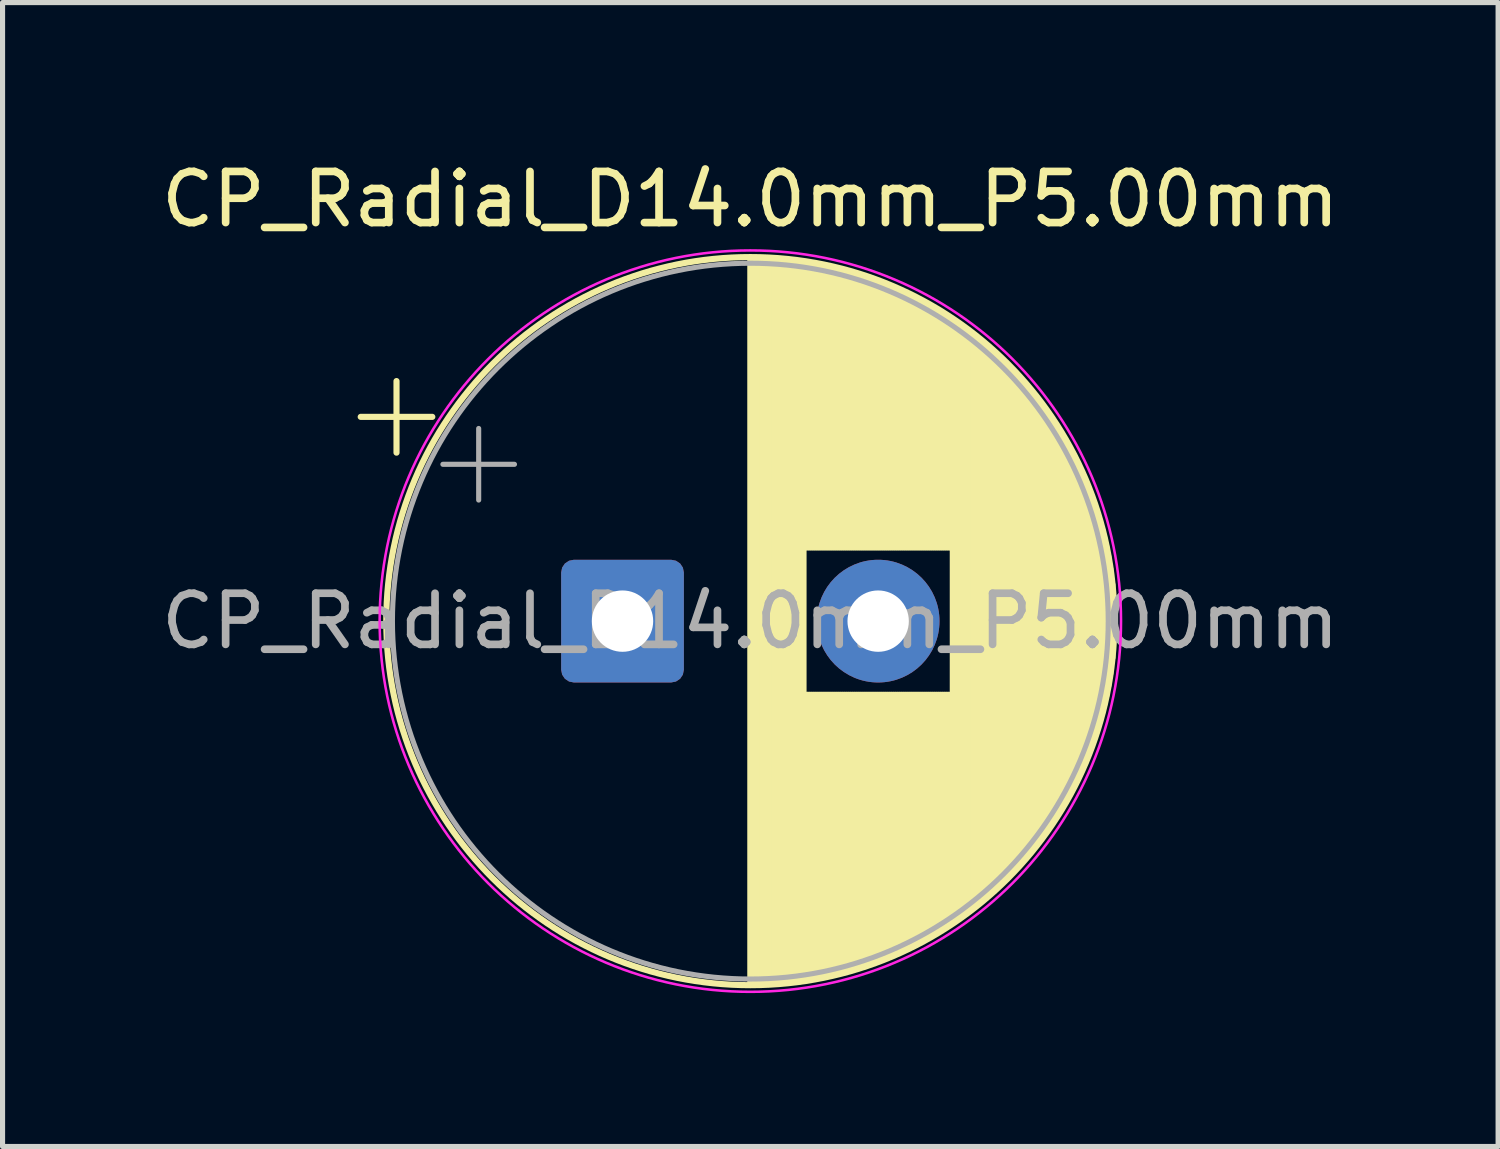
<source format=kicad_pcb>
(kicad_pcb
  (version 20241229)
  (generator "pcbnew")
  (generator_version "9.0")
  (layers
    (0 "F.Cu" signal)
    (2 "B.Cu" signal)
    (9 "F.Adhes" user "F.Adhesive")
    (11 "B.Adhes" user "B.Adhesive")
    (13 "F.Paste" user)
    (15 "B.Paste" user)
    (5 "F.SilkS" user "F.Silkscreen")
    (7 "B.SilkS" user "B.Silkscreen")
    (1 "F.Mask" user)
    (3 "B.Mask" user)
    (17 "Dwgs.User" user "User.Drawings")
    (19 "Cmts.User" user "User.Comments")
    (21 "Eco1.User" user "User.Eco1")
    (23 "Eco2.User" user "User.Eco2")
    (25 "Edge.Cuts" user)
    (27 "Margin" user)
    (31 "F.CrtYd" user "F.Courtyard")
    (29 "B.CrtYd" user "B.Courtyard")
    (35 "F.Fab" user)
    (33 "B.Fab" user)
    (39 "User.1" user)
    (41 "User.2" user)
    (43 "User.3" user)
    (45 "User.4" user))
  (footprint "CP_Radial_D14.0mm_P5.00mm"
    (layer "F.Cu")
    (at 9.125 9.098)
    (property "Reference" "CP_Radial_D14.0mm_P5.00mm" (at 2.5 -8.25 0) (layer "F.SilkS") (effects (font (size 1 1) (thickness 0.15))))
    (attr through_hole)
    (fp_line (start -5.12 -3.995) (end -3.72 -3.995) (stroke (width 0.12) (type solid)) (layer "F.SilkS"))
    (fp_line (start -4.42 -4.695) (end -4.42 -3.295) (stroke (width 0.12) (type solid)) (layer "F.SilkS"))
    (fp_line (start 2.5 -7.08) (end 2.5 7.08) (stroke (width 0.12) (type solid)) (layer "F.SilkS"))
    (fp_line (start 2.54 -7.08) (end 2.54 7.08) (stroke (width 0.12) (type solid)) (layer "F.SilkS"))
    (fp_line (start 2.58 -7.08) (end 2.58 7.08) (stroke (width 0.12) (type solid)) (layer "F.SilkS"))
    (fp_line (start 2.62 -7.079) (end 2.62 7.079) (stroke (width 0.12) (type solid)) (layer "F.SilkS"))
    (fp_line (start 2.66 -7.078) (end 2.66 7.078) (stroke (width 0.12) (type solid)) (layer "F.SilkS"))
    (fp_line (start 2.7 -7.077) (end 2.7 7.077) (stroke (width 0.12) (type solid)) (layer "F.SilkS"))
    (fp_line (start 2.74 -7.076) (end 2.74 7.076) (stroke (width 0.12) (type solid)) (layer "F.SilkS"))
    (fp_line (start 2.78 -7.074) (end 2.78 7.074) (stroke (width 0.12) (type solid)) (layer "F.SilkS"))
    (fp_line (start 2.82 -7.073) (end 2.82 7.073) (stroke (width 0.12) (type solid)) (layer "F.SilkS"))
    (fp_line (start 2.86 -7.071) (end 2.86 7.071) (stroke (width 0.12) (type solid)) (layer "F.SilkS"))
    (fp_line (start 2.9 -7.069) (end 2.9 7.069) (stroke (width 0.12) (type solid)) (layer "F.SilkS"))
    (fp_line (start 2.94 -7.066) (end 2.94 7.066) (stroke (width 0.12) (type solid)) (layer "F.SilkS"))
    (fp_line (start 2.98 -7.064) (end 2.98 7.064) (stroke (width 0.12) (type solid)) (layer "F.SilkS"))
    (fp_line (start 3.02 -7.061) (end 3.02 7.061) (stroke (width 0.12) (type solid)) (layer "F.SilkS"))
    (fp_line (start 3.06 -7.058) (end 3.06 7.058) (stroke (width 0.12) (type solid)) (layer "F.SilkS"))
    (fp_line (start 3.1 -7.055) (end 3.1 7.055) (stroke (width 0.12) (type solid)) (layer "F.SilkS"))
    (fp_line (start 3.14 -7.051) (end 3.14 7.051) (stroke (width 0.12) (type solid)) (layer "F.SilkS"))
    (fp_line (start 3.18 -7.047) (end 3.18 7.047) (stroke (width 0.12) (type solid)) (layer "F.SilkS"))
    (fp_line (start 3.22 -7.044) (end 3.22 7.044) (stroke (width 0.12) (type solid)) (layer "F.SilkS"))
    (fp_line (start 3.26 -7.039) (end 3.26 7.039) (stroke (width 0.12) (type solid)) (layer "F.SilkS"))
    (fp_line (start 3.3 -7.035) (end 3.3 7.035) (stroke (width 0.12) (type solid)) (layer "F.SilkS"))
    (fp_line (start 3.34 -7.03) (end 3.34 7.03) (stroke (width 0.12) (type solid)) (layer "F.SilkS"))
    (fp_line (start 3.38 -7.025) (end 3.38 7.025) (stroke (width 0.12) (type solid)) (layer "F.SilkS"))
    (fp_line (start 3.42 -7.02) (end 3.42 7.02) (stroke (width 0.12) (type solid)) (layer "F.SilkS"))
    (fp_line (start 3.46 -7.015) (end 3.46 7.015) (stroke (width 0.12) (type solid)) (layer "F.SilkS"))
    (fp_line (start 3.5 -7.009) (end 3.5 7.009) (stroke (width 0.12) (type solid)) (layer "F.SilkS"))
    (fp_line (start 3.54 -7.004) (end 3.54 7.004) (stroke (width 0.12) (type solid)) (layer "F.SilkS"))
    (fp_line (start 3.58 -6.998) (end 3.58 -1.44) (stroke (width 0.12) (type solid)) (layer "F.SilkS"))
    (fp_line (start 3.58 1.44) (end 3.58 6.998) (stroke (width 0.12) (type solid)) (layer "F.SilkS"))
    (fp_line (start 3.62 -6.991) (end 3.62 -1.44) (stroke (width 0.12) (type solid)) (layer "F.SilkS"))
    (fp_line (start 3.62 1.44) (end 3.62 6.991) (stroke (width 0.12) (type solid)) (layer "F.SilkS"))
    (fp_line (start 3.66 -6.985) (end 3.66 -1.44) (stroke (width 0.12) (type solid)) (layer "F.SilkS"))
    (fp_line (start 3.66 1.44) (end 3.66 6.985) (stroke (width 0.12) (type solid)) (layer "F.SilkS"))
    (fp_line (start 3.7 -6.978) (end 3.7 -1.44) (stroke (width 0.12) (type solid)) (layer "F.SilkS"))
    (fp_line (start 3.7 1.44) (end 3.7 6.978) (stroke (width 0.12) (type solid)) (layer "F.SilkS"))
    (fp_line (start 3.74 -6.971) (end 3.74 -1.44) (stroke (width 0.12) (type solid)) (layer "F.SilkS"))
    (fp_line (start 3.74 1.44) (end 3.74 6.971) (stroke (width 0.12) (type solid)) (layer "F.SilkS"))
    (fp_line (start 3.78 -6.964) (end 3.78 -1.44) (stroke (width 0.12) (type solid)) (layer "F.SilkS"))
    (fp_line (start 3.78 1.44) (end 3.78 6.964) (stroke (width 0.12) (type solid)) (layer "F.SilkS"))
    (fp_line (start 3.82 -6.957) (end 3.82 -1.44) (stroke (width 0.12) (type solid)) (layer "F.SilkS"))
    (fp_line (start 3.82 1.44) (end 3.82 6.957) (stroke (width 0.12) (type solid)) (layer "F.SilkS"))
    (fp_line (start 3.86 -6.949) (end 3.86 -1.44) (stroke (width 0.12) (type solid)) (layer "F.SilkS"))
    (fp_line (start 3.86 1.44) (end 3.86 6.949) (stroke (width 0.12) (type solid)) (layer "F.SilkS"))
    (fp_line (start 3.9 -6.941) (end 3.9 -1.44) (stroke (width 0.12) (type solid)) (layer "F.SilkS"))
    (fp_line (start 3.9 1.44) (end 3.9 6.941) (stroke (width 0.12) (type solid)) (layer "F.SilkS"))
    (fp_line (start 3.94 -6.933) (end 3.94 -1.44) (stroke (width 0.12) (type solid)) (layer "F.SilkS"))
    (fp_line (start 3.94 1.44) (end 3.94 6.933) (stroke (width 0.12) (type solid)) (layer "F.SilkS"))
    (fp_line (start 3.98 -6.924) (end 3.98 -1.44) (stroke (width 0.12) (type solid)) (layer "F.SilkS"))
    (fp_line (start 3.98 1.44) (end 3.98 6.924) (stroke (width 0.12) (type solid)) (layer "F.SilkS"))
    (fp_line (start 4.02 -6.916) (end 4.02 -1.44) (stroke (width 0.12) (type solid)) (layer "F.SilkS"))
    (fp_line (start 4.02 1.44) (end 4.02 6.916) (stroke (width 0.12) (type solid)) (layer "F.SilkS"))
    (fp_line (start 4.06 -6.907) (end 4.06 -1.44) (stroke (width 0.12) (type solid)) (layer "F.SilkS"))
    (fp_line (start 4.06 1.44) (end 4.06 6.907) (stroke (width 0.12) (type solid)) (layer "F.SilkS"))
    (fp_line (start 4.1 -6.898) (end 4.1 -1.44) (stroke (width 0.12) (type solid)) (layer "F.SilkS"))
    (fp_line (start 4.1 1.44) (end 4.1 6.898) (stroke (width 0.12) (type solid)) (layer "F.SilkS"))
    (fp_line (start 4.14 -6.889) (end 4.14 -1.44) (stroke (width 0.12) (type solid)) (layer "F.SilkS"))
    (fp_line (start 4.14 1.44) (end 4.14 6.889) (stroke (width 0.12) (type solid)) (layer "F.SilkS"))
    (fp_line (start 4.18 -6.879) (end 4.18 -1.44) (stroke (width 0.12) (type solid)) (layer "F.SilkS"))
    (fp_line (start 4.18 1.44) (end 4.18 6.879) (stroke (width 0.12) (type solid)) (layer "F.SilkS"))
    (fp_line (start 4.22 -6.869) (end 4.22 -1.44) (stroke (width 0.12) (type solid)) (layer "F.SilkS"))
    (fp_line (start 4.22 1.44) (end 4.22 6.869) (stroke (width 0.12) (type solid)) (layer "F.SilkS"))
    (fp_line (start 4.26 -6.859) (end 4.26 -1.44) (stroke (width 0.12) (type solid)) (layer "F.SilkS"))
    (fp_line (start 4.26 1.44) (end 4.26 6.859) (stroke (width 0.12) (type solid)) (layer "F.SilkS"))
    (fp_line (start 4.3 -6.849) (end 4.3 -1.44) (stroke (width 0.12) (type solid)) (layer "F.SilkS"))
    (fp_line (start 4.3 1.44) (end 4.3 6.849) (stroke (width 0.12) (type solid)) (layer "F.SilkS"))
    (fp_line (start 4.34 -6.838) (end 4.34 -1.44) (stroke (width 0.12) (type solid)) (layer "F.SilkS"))
    (fp_line (start 4.34 1.44) (end 4.34 6.838) (stroke (width 0.12) (type solid)) (layer "F.SilkS"))
    (fp_line (start 4.38 -6.827) (end 4.38 -1.44) (stroke (width 0.12) (type solid)) (layer "F.SilkS"))
    (fp_line (start 4.38 1.44) (end 4.38 6.827) (stroke (width 0.12) (type solid)) (layer "F.SilkS"))
    (fp_line (start 4.42 -6.816) (end 4.42 -1.44) (stroke (width 0.12) (type solid)) (layer "F.SilkS"))
    (fp_line (start 4.42 1.44) (end 4.42 6.816) (stroke (width 0.12) (type solid)) (layer "F.SilkS"))
    (fp_line (start 4.46 -6.805) (end 4.46 -1.44) (stroke (width 0.12) (type solid)) (layer "F.SilkS"))
    (fp_line (start 4.46 1.44) (end 4.46 6.805) (stroke (width 0.12) (type solid)) (layer "F.SilkS"))
    (fp_line (start 4.5 -6.793) (end 4.5 -1.44) (stroke (width 0.12) (type solid)) (layer "F.SilkS"))
    (fp_line (start 4.5 1.44) (end 4.5 6.793) (stroke (width 0.12) (type solid)) (layer "F.SilkS"))
    (fp_line (start 4.54 -6.781) (end 4.54 -1.44) (stroke (width 0.12) (type solid)) (layer "F.SilkS"))
    (fp_line (start 4.54 1.44) (end 4.54 6.781) (stroke (width 0.12) (type solid)) (layer "F.SilkS"))
    (fp_line (start 4.58 -6.769) (end 4.58 -1.44) (stroke (width 0.12) (type solid)) (layer "F.SilkS"))
    (fp_line (start 4.58 1.44) (end 4.58 6.769) (stroke (width 0.12) (type solid)) (layer "F.SilkS"))
    (fp_line (start 4.62 -6.757) (end 4.62 -1.44) (stroke (width 0.12) (type solid)) (layer "F.SilkS"))
    (fp_line (start 4.62 1.44) (end 4.62 6.757) (stroke (width 0.12) (type solid)) (layer "F.SilkS"))
    (fp_line (start 4.66 -6.744) (end 4.66 -1.44) (stroke (width 0.12) (type solid)) (layer "F.SilkS"))
    (fp_line (start 4.66 1.44) (end 4.66 6.744) (stroke (width 0.12) (type solid)) (layer "F.SilkS"))
    (fp_line (start 4.7 -6.732) (end 4.7 -1.44) (stroke (width 0.12) (type solid)) (layer "F.SilkS"))
    (fp_line (start 4.7 1.44) (end 4.7 6.732) (stroke (width 0.12) (type solid)) (layer "F.SilkS"))
    (fp_line (start 4.74 -6.718) (end 4.74 -1.44) (stroke (width 0.12) (type solid)) (layer "F.SilkS"))
    (fp_line (start 4.74 1.44) (end 4.74 6.718) (stroke (width 0.12) (type solid)) (layer "F.SilkS"))
    (fp_line (start 4.78 -6.705) (end 4.78 -1.44) (stroke (width 0.12) (type solid)) (layer "F.SilkS"))
    (fp_line (start 4.78 1.44) (end 4.78 6.705) (stroke (width 0.12) (type solid)) (layer "F.SilkS"))
    (fp_line (start 4.82 -6.691) (end 4.82 -1.44) (stroke (width 0.12) (type solid)) (layer "F.SilkS"))
    (fp_line (start 4.82 1.44) (end 4.82 6.691) (stroke (width 0.12) (type solid)) (layer "F.SilkS"))
    (fp_line (start 4.86 -6.677) (end 4.86 -1.44) (stroke (width 0.12) (type solid)) (layer "F.SilkS"))
    (fp_line (start 4.86 1.44) (end 4.86 6.677) (stroke (width 0.12) (type solid)) (layer "F.SilkS"))
    (fp_line (start 4.9 -6.663) (end 4.9 -1.44) (stroke (width 0.12) (type solid)) (layer "F.SilkS"))
    (fp_line (start 4.9 1.44) (end 4.9 6.663) (stroke (width 0.12) (type solid)) (layer "F.SilkS"))
    (fp_line (start 4.94 -6.649) (end 4.94 -1.44) (stroke (width 0.12) (type solid)) (layer "F.SilkS"))
    (fp_line (start 4.94 1.44) (end 4.94 6.649) (stroke (width 0.12) (type solid)) (layer "F.SilkS"))
    (fp_line (start 4.98 -6.634) (end 4.98 -1.44) (stroke (width 0.12) (type solid)) (layer "F.SilkS"))
    (fp_line (start 4.98 1.44) (end 4.98 6.634) (stroke (width 0.12) (type solid)) (layer "F.SilkS"))
    (fp_line (start 5.02 -6.619) (end 5.02 -1.44) (stroke (width 0.12) (type solid)) (layer "F.SilkS"))
    (fp_line (start 5.02 1.44) (end 5.02 6.619) (stroke (width 0.12) (type solid)) (layer "F.SilkS"))
    (fp_line (start 5.06 -6.604) (end 5.06 -1.44) (stroke (width 0.12) (type solid)) (layer "F.SilkS"))
    (fp_line (start 5.06 1.44) (end 5.06 6.604) (stroke (width 0.12) (type solid)) (layer "F.SilkS"))
    (fp_line (start 5.1 -6.588) (end 5.1 -1.44) (stroke (width 0.12) (type solid)) (layer "F.SilkS"))
    (fp_line (start 5.1 1.44) (end 5.1 6.588) (stroke (width 0.12) (type solid)) (layer "F.SilkS"))
    (fp_line (start 5.14 -6.572) (end 5.14 -1.44) (stroke (width 0.12) (type solid)) (layer "F.SilkS"))
    (fp_line (start 5.14 1.44) (end 5.14 6.572) (stroke (width 0.12) (type solid)) (layer "F.SilkS"))
    (fp_line (start 5.18 -6.556) (end 5.18 -1.44) (stroke (width 0.12) (type solid)) (layer "F.SilkS"))
    (fp_line (start 5.18 1.44) (end 5.18 6.556) (stroke (width 0.12) (type solid)) (layer "F.SilkS"))
    (fp_line (start 5.22 -6.54) (end 5.22 -1.44) (stroke (width 0.12) (type solid)) (layer "F.SilkS"))
    (fp_line (start 5.22 1.44) (end 5.22 6.54) (stroke (width 0.12) (type solid)) (layer "F.SilkS"))
    (fp_line (start 5.26 -6.523) (end 5.26 -1.44) (stroke (width 0.12) (type solid)) (layer "F.SilkS"))
    (fp_line (start 5.26 1.44) (end 5.26 6.523) (stroke (width 0.12) (type solid)) (layer "F.SilkS"))
    (fp_line (start 5.3 -6.506) (end 5.3 -1.44) (stroke (width 0.12) (type solid)) (layer "F.SilkS"))
    (fp_line (start 5.3 1.44) (end 5.3 6.506) (stroke (width 0.12) (type solid)) (layer "F.SilkS"))
    (fp_line (start 5.34 -6.489) (end 5.34 -1.44) (stroke (width 0.12) (type solid)) (layer "F.SilkS"))
    (fp_line (start 5.34 1.44) (end 5.34 6.489) (stroke (width 0.12) (type solid)) (layer "F.SilkS"))
    (fp_line (start 5.38 -6.472) (end 5.38 -1.44) (stroke (width 0.12) (type solid)) (layer "F.SilkS"))
    (fp_line (start 5.38 1.44) (end 5.38 6.472) (stroke (width 0.12) (type solid)) (layer "F.SilkS"))
    (fp_line (start 5.42 -6.454) (end 5.42 -1.44) (stroke (width 0.12) (type solid)) (layer "F.SilkS"))
    (fp_line (start 5.42 1.44) (end 5.42 6.454) (stroke (width 0.12) (type solid)) (layer "F.SilkS"))
    (fp_line (start 5.46 -6.436) (end 5.46 -1.44) (stroke (width 0.12) (type solid)) (layer "F.SilkS"))
    (fp_line (start 5.46 1.44) (end 5.46 6.436) (stroke (width 0.12) (type solid)) (layer "F.SilkS"))
    (fp_line (start 5.5 -6.417) (end 5.5 -1.44) (stroke (width 0.12) (type solid)) (layer "F.SilkS"))
    (fp_line (start 5.5 1.44) (end 5.5 6.417) (stroke (width 0.12) (type solid)) (layer "F.SilkS"))
    (fp_line (start 5.54 -6.398) (end 5.54 -1.44) (stroke (width 0.12) (type solid)) (layer "F.SilkS"))
    (fp_line (start 5.54 1.44) (end 5.54 6.398) (stroke (width 0.12) (type solid)) (layer "F.SilkS"))
    (fp_line (start 5.58 -6.379) (end 5.58 -1.44) (stroke (width 0.12) (type solid)) (layer "F.SilkS"))
    (fp_line (start 5.58 1.44) (end 5.58 6.379) (stroke (width 0.12) (type solid)) (layer "F.SilkS"))
    (fp_line (start 5.62 -6.36) (end 5.62 -1.44) (stroke (width 0.12) (type solid)) (layer "F.SilkS"))
    (fp_line (start 5.62 1.44) (end 5.62 6.36) (stroke (width 0.12) (type solid)) (layer "F.SilkS"))
    (fp_line (start 5.66 -6.34) (end 5.66 -1.44) (stroke (width 0.12) (type solid)) (layer "F.SilkS"))
    (fp_line (start 5.66 1.44) (end 5.66 6.34) (stroke (width 0.12) (type solid)) (layer "F.SilkS"))
    (fp_line (start 5.7 -6.32) (end 5.7 -1.44) (stroke (width 0.12) (type solid)) (layer "F.SilkS"))
    (fp_line (start 5.7 1.44) (end 5.7 6.32) (stroke (width 0.12) (type solid)) (layer "F.SilkS"))
    (fp_line (start 5.74 -6.3) (end 5.74 -1.44) (stroke (width 0.12) (type solid)) (layer "F.SilkS"))
    (fp_line (start 5.74 1.44) (end 5.74 6.3) (stroke (width 0.12) (type solid)) (layer "F.SilkS"))
    (fp_line (start 5.78 -6.279) (end 5.78 -1.44) (stroke (width 0.12) (type solid)) (layer "F.SilkS"))
    (fp_line (start 5.78 1.44) (end 5.78 6.279) (stroke (width 0.12) (type solid)) (layer "F.SilkS"))
    (fp_line (start 5.82 -6.259) (end 5.82 -1.44) (stroke (width 0.12) (type solid)) (layer "F.SilkS"))
    (fp_line (start 5.82 1.44) (end 5.82 6.259) (stroke (width 0.12) (type solid)) (layer "F.SilkS"))
    (fp_line (start 5.86 -6.237) (end 5.86 -1.44) (stroke (width 0.12) (type solid)) (layer "F.SilkS"))
    (fp_line (start 5.86 1.44) (end 5.86 6.237) (stroke (width 0.12) (type solid)) (layer "F.SilkS"))
    (fp_line (start 5.9 -6.216) (end 5.9 -1.44) (stroke (width 0.12) (type solid)) (layer "F.SilkS"))
    (fp_line (start 5.9 1.44) (end 5.9 6.216) (stroke (width 0.12) (type solid)) (layer "F.SilkS"))
    (fp_line (start 5.94 -6.194) (end 5.94 -1.44) (stroke (width 0.12) (type solid)) (layer "F.SilkS"))
    (fp_line (start 5.94 1.44) (end 5.94 6.194) (stroke (width 0.12) (type solid)) (layer "F.SilkS"))
    (fp_line (start 5.98 -6.172) (end 5.98 -1.44) (stroke (width 0.12) (type solid)) (layer "F.SilkS"))
    (fp_line (start 5.98 1.44) (end 5.98 6.172) (stroke (width 0.12) (type solid)) (layer "F.SilkS"))
    (fp_line (start 6.02 -6.149) (end 6.02 -1.44) (stroke (width 0.12) (type solid)) (layer "F.SilkS"))
    (fp_line (start 6.02 1.44) (end 6.02 6.149) (stroke (width 0.12) (type solid)) (layer "F.SilkS"))
    (fp_line (start 6.06 -6.126) (end 6.06 -1.44) (stroke (width 0.12) (type solid)) (layer "F.SilkS"))
    (fp_line (start 6.06 1.44) (end 6.06 6.126) (stroke (width 0.12) (type solid)) (layer "F.SilkS"))
    (fp_line (start 6.1 -6.103) (end 6.1 -1.44) (stroke (width 0.12) (type solid)) (layer "F.SilkS"))
    (fp_line (start 6.1 1.44) (end 6.1 6.103) (stroke (width 0.12) (type solid)) (layer "F.SilkS"))
    (fp_line (start 6.14 -6.079) (end 6.14 -1.44) (stroke (width 0.12) (type solid)) (layer "F.SilkS"))
    (fp_line (start 6.14 1.44) (end 6.14 6.079) (stroke (width 0.12) (type solid)) (layer "F.SilkS"))
    (fp_line (start 6.18 -6.055) (end 6.18 -1.44) (stroke (width 0.12) (type solid)) (layer "F.SilkS"))
    (fp_line (start 6.18 1.44) (end 6.18 6.055) (stroke (width 0.12) (type solid)) (layer "F.SilkS"))
    (fp_line (start 6.22 -6.031) (end 6.22 -1.44) (stroke (width 0.12) (type solid)) (layer "F.SilkS"))
    (fp_line (start 6.22 1.44) (end 6.22 6.031) (stroke (width 0.12) (type solid)) (layer "F.SilkS"))
    (fp_line (start 6.26 -6.006) (end 6.26 -1.44) (stroke (width 0.12) (type solid)) (layer "F.SilkS"))
    (fp_line (start 6.26 1.44) (end 6.26 6.006) (stroke (width 0.12) (type solid)) (layer "F.SilkS"))
    (fp_line (start 6.3 -5.981) (end 6.3 -1.44) (stroke (width 0.12) (type solid)) (layer "F.SilkS"))
    (fp_line (start 6.3 1.44) (end 6.3 5.981) (stroke (width 0.12) (type solid)) (layer "F.SilkS"))
    (fp_line (start 6.34 -5.956) (end 6.34 -1.44) (stroke (width 0.12) (type solid)) (layer "F.SilkS"))
    (fp_line (start 6.34 1.44) (end 6.34 5.956) (stroke (width 0.12) (type solid)) (layer "F.SilkS"))
    (fp_line (start 6.38 -5.93) (end 6.38 -1.44) (stroke (width 0.12) (type solid)) (layer "F.SilkS"))
    (fp_line (start 6.38 1.44) (end 6.38 5.93) (stroke (width 0.12) (type solid)) (layer "F.SilkS"))
    (fp_line (start 6.42 -5.904) (end 6.42 -1.44) (stroke (width 0.12) (type solid)) (layer "F.SilkS"))
    (fp_line (start 6.42 1.44) (end 6.42 5.904) (stroke (width 0.12) (type solid)) (layer "F.SilkS"))
    (fp_line (start 6.46 -5.877) (end 6.46 5.877) (stroke (width 0.12) (type solid)) (layer "F.SilkS"))
    (fp_line (start 6.5 -5.85) (end 6.5 5.85) (stroke (width 0.12) (type solid)) (layer "F.SilkS"))
    (fp_line (start 6.54 -5.823) (end 6.54 5.823) (stroke (width 0.12) (type solid)) (layer "F.SilkS"))
    (fp_line (start 6.58 -5.795) (end 6.58 5.795) (stroke (width 0.12) (type solid)) (layer "F.SilkS"))
    (fp_line (start 6.62 -5.767) (end 6.62 5.767) (stroke (width 0.12) (type solid)) (layer "F.SilkS"))
    (fp_line (start 6.66 -5.738) (end 6.66 5.738) (stroke (width 0.12) (type solid)) (layer "F.SilkS"))
    (fp_line (start 6.7 -5.709) (end 6.7 5.709) (stroke (width 0.12) (type solid)) (layer "F.SilkS"))
    (fp_line (start 6.74 -5.68) (end 6.74 5.68) (stroke (width 0.12) (type solid)) (layer "F.SilkS"))
    (fp_line (start 6.78 -5.65) (end 6.78 5.65) (stroke (width 0.12) (type solid)) (layer "F.SilkS"))
    (fp_line (start 6.82 -5.62) (end 6.82 5.62) (stroke (width 0.12) (type solid)) (layer "F.SilkS"))
    (fp_line (start 6.86 -5.589) (end 6.86 5.589) (stroke (width 0.12) (type solid)) (layer "F.SilkS"))
    (fp_line (start 6.9 -5.558) (end 6.9 5.558) (stroke (width 0.12) (type solid)) (layer "F.SilkS"))
    (fp_line (start 6.94 -5.526) (end 6.94 5.526) (stroke (width 0.12) (type solid)) (layer "F.SilkS"))
    (fp_line (start 6.98 -5.494) (end 6.98 5.494) (stroke (width 0.12) (type solid)) (layer "F.SilkS"))
    (fp_line (start 7.02 -5.461) (end 7.02 5.461) (stroke (width 0.12) (type solid)) (layer "F.SilkS"))
    (fp_line (start 7.06 -5.428) (end 7.06 5.428) (stroke (width 0.12) (type solid)) (layer "F.SilkS"))
    (fp_line (start 7.1 -5.395) (end 7.1 5.395) (stroke (width 0.12) (type solid)) (layer "F.SilkS"))
    (fp_line (start 7.14 -5.36) (end 7.14 5.36) (stroke (width 0.12) (type solid)) (layer "F.SilkS"))
    (fp_line (start 7.18 -5.326) (end 7.18 5.326) (stroke (width 0.12) (type solid)) (layer "F.SilkS"))
    (fp_line (start 7.22 -5.291) (end 7.22 5.291) (stroke (width 0.12) (type solid)) (layer "F.SilkS"))
    (fp_line (start 7.26 -5.255) (end 7.26 5.255) (stroke (width 0.12) (type solid)) (layer "F.SilkS"))
    (fp_line (start 7.3 -5.219) (end 7.3 5.219) (stroke (width 0.12) (type solid)) (layer "F.SilkS"))
    (fp_line (start 7.34 -5.182) (end 7.34 5.182) (stroke (width 0.12) (type solid)) (layer "F.SilkS"))
    (fp_line (start 7.38 -5.145) (end 7.38 5.145) (stroke (width 0.12) (type solid)) (layer "F.SilkS"))
    (fp_line (start 7.42 -5.107) (end 7.42 5.107) (stroke (width 0.12) (type solid)) (layer "F.SilkS"))
    (fp_line (start 7.46 -5.068) (end 7.46 5.068) (stroke (width 0.12) (type solid)) (layer "F.SilkS"))
    (fp_line (start 7.5 -5.029) (end 7.5 5.029) (stroke (width 0.12) (type solid)) (layer "F.SilkS"))
    (fp_line (start 7.54 -4.989) (end 7.54 4.989) (stroke (width 0.12) (type solid)) (layer "F.SilkS"))
    (fp_line (start 7.58 -4.949) (end 7.58 4.949) (stroke (width 0.12) (type solid)) (layer "F.SilkS"))
    (fp_line (start 7.62 -4.908) (end 7.62 4.908) (stroke (width 0.12) (type solid)) (layer "F.SilkS"))
    (fp_line (start 7.66 -4.866) (end 7.66 4.866) (stroke (width 0.12) (type solid)) (layer "F.SilkS"))
    (fp_line (start 7.7 -4.824) (end 7.7 4.824) (stroke (width 0.12) (type solid)) (layer "F.SilkS"))
    (fp_line (start 7.74 -4.78) (end 7.74 4.78) (stroke (width 0.12) (type solid)) (layer "F.SilkS"))
    (fp_line (start 7.78 -4.737) (end 7.78 4.737) (stroke (width 0.12) (type solid)) (layer "F.SilkS"))
    (fp_line (start 7.82 -4.692) (end 7.82 4.692) (stroke (width 0.12) (type solid)) (layer "F.SilkS"))
    (fp_line (start 7.86 -4.647) (end 7.86 4.647) (stroke (width 0.12) (type solid)) (layer "F.SilkS"))
    (fp_line (start 7.9 -4.601) (end 7.9 4.601) (stroke (width 0.12) (type solid)) (layer "F.SilkS"))
    (fp_line (start 7.94 -4.554) (end 7.94 4.554) (stroke (width 0.12) (type solid)) (layer "F.SilkS"))
    (fp_line (start 7.98 -4.506) (end 7.98 4.506) (stroke (width 0.12) (type solid)) (layer "F.SilkS"))
    (fp_line (start 8.02 -4.457) (end 8.02 4.457) (stroke (width 0.12) (type solid)) (layer "F.SilkS"))
    (fp_line (start 8.06 -4.408) (end 8.06 4.408) (stroke (width 0.12) (type solid)) (layer "F.SilkS"))
    (fp_line (start 8.1 -4.357) (end 8.1 4.357) (stroke (width 0.12) (type solid)) (layer "F.SilkS"))
    (fp_line (start 8.14 -4.306) (end 8.14 4.306) (stroke (width 0.12) (type solid)) (layer "F.SilkS"))
    (fp_line (start 8.18 -4.253) (end 8.18 4.253) (stroke (width 0.12) (type solid)) (layer "F.SilkS"))
    (fp_line (start 8.22 -4.2) (end 8.22 4.2) (stroke (width 0.12) (type solid)) (layer "F.SilkS"))
    (fp_line (start 8.26 -4.145) (end 8.26 4.145) (stroke (width 0.12) (type solid)) (layer "F.SilkS"))
    (fp_line (start 8.3 -4.09) (end 8.3 4.09) (stroke (width 0.12) (type solid)) (layer "F.SilkS"))
    (fp_line (start 8.34 -4.033) (end 8.34 4.033) (stroke (width 0.12) (type solid)) (layer "F.SilkS"))
    (fp_line (start 8.38 -3.975) (end 8.38 3.975) (stroke (width 0.12) (type solid)) (layer "F.SilkS"))
    (fp_line (start 8.42 -3.916) (end 8.42 3.916) (stroke (width 0.12) (type solid)) (layer "F.SilkS"))
    (fp_line (start 8.46 -3.855) (end 8.46 3.855) (stroke (width 0.12) (type solid)) (layer "F.SilkS"))
    (fp_line (start 8.5 -3.793) (end 8.5 3.793) (stroke (width 0.12) (type solid)) (layer "F.SilkS"))
    (fp_line (start 8.54 -3.73) (end 8.54 3.73) (stroke (width 0.12) (type solid)) (layer "F.SilkS"))
    (fp_line (start 8.58 -3.665) (end 8.58 3.665) (stroke (width 0.12) (type solid)) (layer "F.SilkS"))
    (fp_line (start 8.62 -3.599) (end 8.62 3.599) (stroke (width 0.12) (type solid)) (layer "F.SilkS"))
    (fp_line (start 8.66 -3.531) (end 8.66 3.531) (stroke (width 0.12) (type solid)) (layer "F.SilkS"))
    (fp_line (start 8.7 -3.461) (end 8.7 3.461) (stroke (width 0.12) (type solid)) (layer "F.SilkS"))
    (fp_line (start 8.74 -3.389) (end 8.74 3.389) (stroke (width 0.12) (type solid)) (layer "F.SilkS"))
    (fp_line (start 8.78 -3.315) (end 8.78 3.315) (stroke (width 0.12) (type solid)) (layer "F.SilkS"))
    (fp_line (start 8.82 -3.239) (end 8.82 3.239) (stroke (width 0.12) (type solid)) (layer "F.SilkS"))
    (fp_line (start 8.86 -3.161) (end 8.86 3.161) (stroke (width 0.12) (type solid)) (layer "F.SilkS"))
    (fp_line (start 8.9 -3.08) (end 8.9 3.08) (stroke (width 0.12) (type solid)) (layer "F.SilkS"))
    (fp_line (start 8.94 -2.997) (end 8.94 2.997) (stroke (width 0.12) (type solid)) (layer "F.SilkS"))
    (fp_line (start 8.98 -2.91) (end 8.98 2.91) (stroke (width 0.12) (type solid)) (layer "F.SilkS"))
    (fp_line (start 9.02 -2.821) (end 9.02 2.821) (stroke (width 0.12) (type solid)) (layer "F.SilkS"))
    (fp_line (start 9.06 -2.728) (end 9.06 2.728) (stroke (width 0.12) (type solid)) (layer "F.SilkS"))
    (fp_line (start 9.1 -2.631) (end 9.1 2.631) (stroke (width 0.12) (type solid)) (layer "F.SilkS"))
    (fp_line (start 9.14 -2.53) (end 9.14 2.53) (stroke (width 0.12) (type solid)) (layer "F.SilkS"))
    (fp_line (start 9.18 -2.424) (end 9.18 2.424) (stroke (width 0.12) (type solid)) (layer "F.SilkS"))
    (fp_line (start 9.22 -2.313) (end 9.22 2.313) (stroke (width 0.12) (type solid)) (layer "F.SilkS"))
    (fp_line (start 9.26 -2.195) (end 9.26 2.195) (stroke (width 0.12) (type solid)) (layer "F.SilkS"))
    (fp_line (start 9.3 -2.071) (end 9.3 2.071) (stroke (width 0.12) (type solid)) (layer "F.SilkS"))
    (fp_line (start 9.34 -1.937) (end 9.34 1.937) (stroke (width 0.12) (type solid)) (layer "F.SilkS"))
    (fp_line (start 9.38 -1.793) (end 9.38 1.793) (stroke (width 0.12) (type solid)) (layer "F.SilkS"))
    (fp_line (start 9.42 -1.636) (end 9.42 1.636) (stroke (width 0.12) (type solid)) (layer "F.SilkS"))
    (fp_line (start 9.46 -1.461) (end 9.46 1.461) (stroke (width 0.12) (type solid)) (layer "F.SilkS"))
    (fp_line (start 9.5 -1.262) (end 9.5 1.262) (stroke (width 0.12) (type solid)) (layer "F.SilkS"))
    (fp_line (start 9.54 -1.024) (end 9.54 1.024) (stroke (width 0.12) (type solid)) (layer "F.SilkS"))
    (fp_line (start 9.58 -0.714) (end 9.58 0.714) (stroke (width 0.12) (type solid)) (layer "F.SilkS"))
    (fp_circle (center 2.5 0) (end 9.62 0) (stroke (width 0.12) (type solid)) (fill no) (layer "F.SilkS"))
    (fp_circle (center 2.5 0) (end 9.75 0) (stroke (width 0.05) (type solid)) (fill no) (layer "F.CrtYd"))
    (fp_line (start -3.513 -3.067) (end -2.113 -3.067) (stroke (width 0.1) (type solid)) (layer "F.Fab"))
    (fp_line (start -2.813 -3.768) (end -2.813 -2.368) (stroke (width 0.1) (type solid)) (layer "F.Fab"))
    (fp_circle (center 2.5 0) (end 9.5 0) (stroke (width 0.1) (type solid)) (fill no) (layer "F.Fab"))
    (fp_text user "${REFERENCE}" (at 2.5 0 0) (layer "F.Fab") (effects (font (size 1 1) (thickness 0.15))))
    (pad "1" thru_hole roundrect (at 0 0) (size 2.4 2.4) (drill 1.2) (layers "*.Cu" "*.Mask") (roundrect_rratio 0.104))
    (pad "2" thru_hole circle (at 5 0) (size 2.4 2.4) (drill 1.2) (layers "*.Cu" "*.Mask")))
  (gr_rect
    (start -3 -3)
    (end 26.25 19.373)
    (stroke (width 0.1) (type default))
    (fill no)
    (layer "Edge.Cuts")))
</source>
